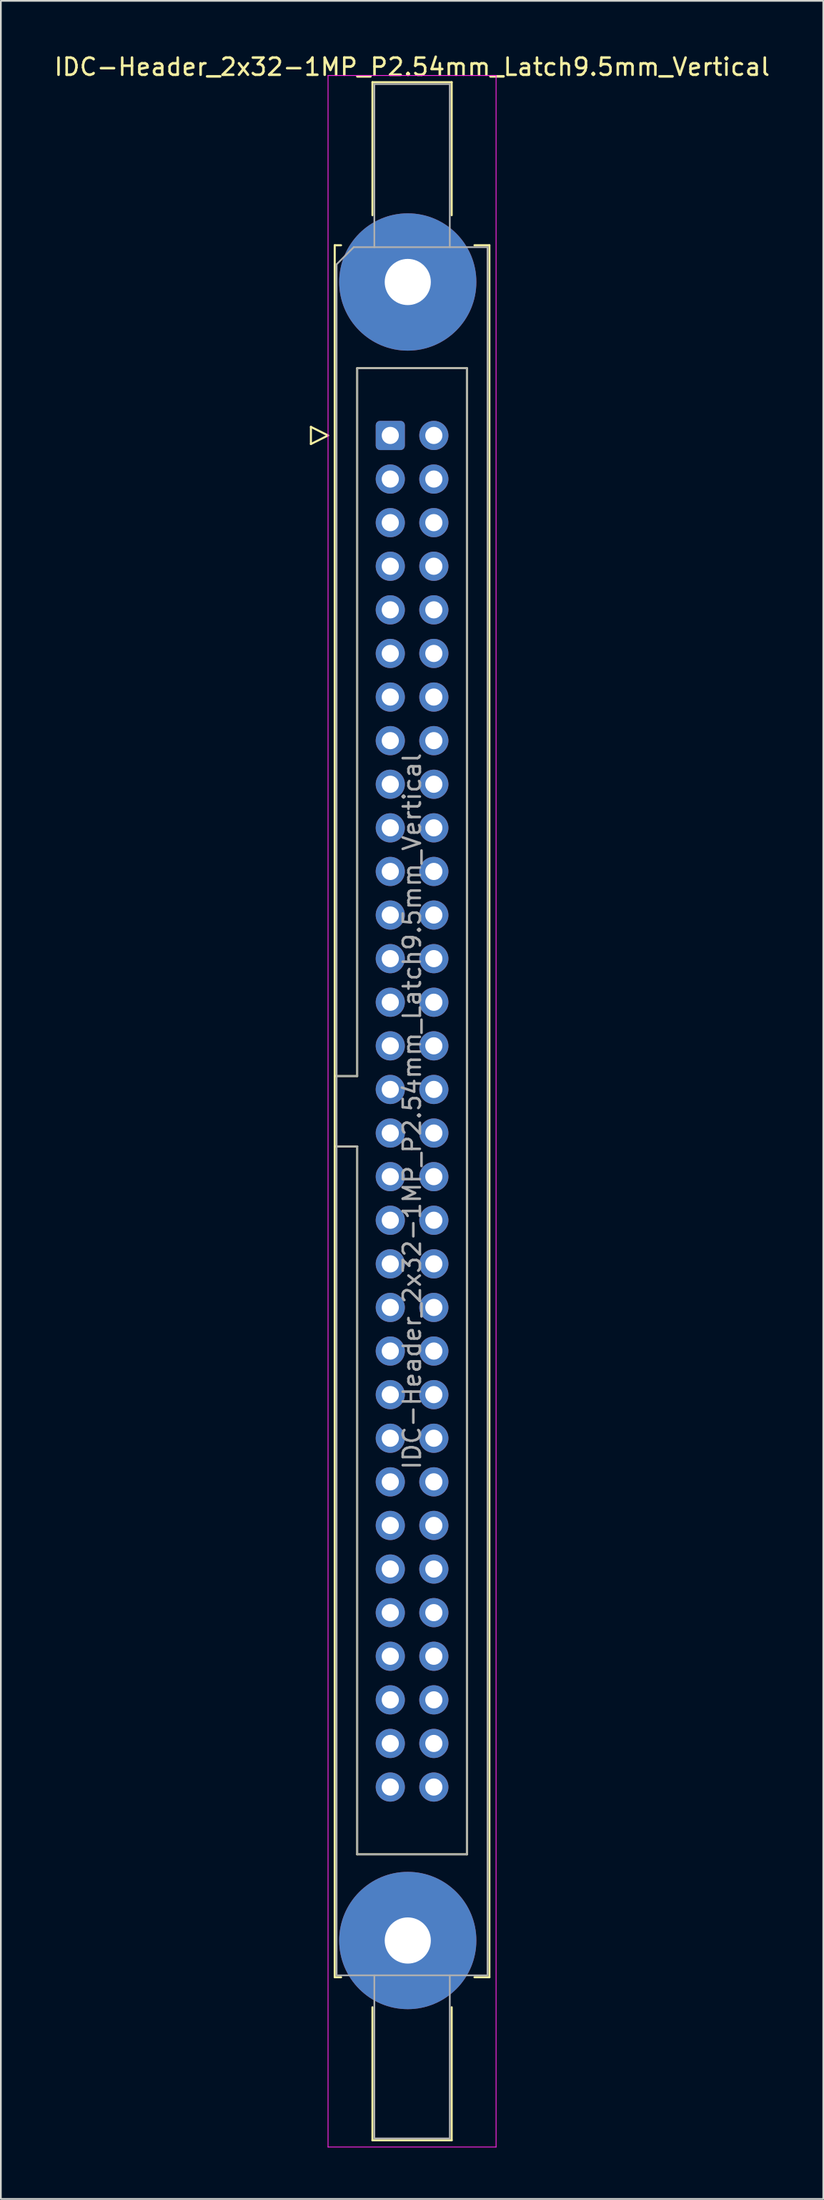
<source format=kicad_pcb>
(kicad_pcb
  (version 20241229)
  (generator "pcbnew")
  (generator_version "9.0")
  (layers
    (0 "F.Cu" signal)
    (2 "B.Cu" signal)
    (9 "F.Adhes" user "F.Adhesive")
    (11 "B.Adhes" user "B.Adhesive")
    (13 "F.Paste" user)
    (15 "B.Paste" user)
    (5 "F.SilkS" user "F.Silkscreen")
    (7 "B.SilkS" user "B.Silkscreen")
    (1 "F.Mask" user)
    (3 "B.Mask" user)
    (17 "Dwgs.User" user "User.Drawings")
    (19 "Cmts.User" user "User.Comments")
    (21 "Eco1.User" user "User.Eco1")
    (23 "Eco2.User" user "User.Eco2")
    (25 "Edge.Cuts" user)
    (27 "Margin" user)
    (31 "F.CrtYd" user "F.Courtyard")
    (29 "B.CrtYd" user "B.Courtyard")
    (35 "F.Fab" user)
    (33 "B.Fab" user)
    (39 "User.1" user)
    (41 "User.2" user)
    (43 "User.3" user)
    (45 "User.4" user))
  (footprint "IDC-Header_2x32-1MP_P2.54mm_Latch9.5mm_Vertical"
    (layer "F.Cu")
    (at 19.712 22.318)
    (property "Reference" "IDC-Header_2x32-1MP_P2.54mm_Latch9.5mm_Vertical" (at 1.27 -21.47 0) (layer "F.SilkS") (effects (font (size 1 1) (thickness 0.15))))
    (attr through_hole)
    (fp_line (start -4.63 -0.5) (end -4.63 0.5) (stroke (width 0.12) (type solid)) (layer "F.SilkS"))
    (fp_line (start -4.63 0.5) (end -3.63 0) (stroke (width 0.12) (type solid)) (layer "F.SilkS"))
    (fp_line (start -3.63 0) (end -4.63 -0.5) (stroke (width 0.12) (type solid)) (layer "F.SilkS"))
    (fp_line (start -3.24 -11.08) (end -3.24 89.82) (stroke (width 0.12) (type solid)) (layer "F.SilkS"))
    (fp_line (start -3.24 37.32) (end -1.93 37.32) (stroke (width 0.12) (type solid)) (layer "F.SilkS"))
    (fp_line (start -3.24 89.82) (end -2.87 89.82) (stroke (width 0.12) (type solid)) (layer "F.SilkS"))
    (fp_line (start -2.87 -11.08) (end -3.24 -11.08) (stroke (width 0.12) (type solid)) (layer "F.SilkS"))
    (fp_line (start -1.93 -3.92) (end 4.47 -3.92) (stroke (width 0.12) (type solid)) (layer "F.SilkS"))
    (fp_line (start -1.93 37.32) (end -1.93 -3.92) (stroke (width 0.12) (type solid)) (layer "F.SilkS"))
    (fp_line (start -1.93 41.42) (end -3.24 41.42) (stroke (width 0.12) (type solid)) (layer "F.SilkS"))
    (fp_line (start -1.93 41.42) (end -1.93 41.42) (stroke (width 0.12) (type solid)) (layer "F.SilkS"))
    (fp_line (start -1.93 82.66) (end -1.93 41.42) (stroke (width 0.12) (type solid)) (layer "F.SilkS"))
    (fp_line (start -1.04 -20.58) (end 3.58 -20.58) (stroke (width 0.12) (type solid)) (layer "F.SilkS"))
    (fp_line (start -1.04 -12.83) (end -1.04 -20.58) (stroke (width 0.12) (type solid)) (layer "F.SilkS"))
    (fp_line (start -1.04 91.57) (end -1.04 99.32) (stroke (width 0.12) (type solid)) (layer "F.SilkS"))
    (fp_line (start -1.04 99.32) (end 3.58 99.32) (stroke (width 0.12) (type solid)) (layer "F.SilkS"))
    (fp_line (start 3.58 -20.58) (end 3.58 -12.83) (stroke (width 0.12) (type solid)) (layer "F.SilkS"))
    (fp_line (start 3.58 99.32) (end 3.58 91.57) (stroke (width 0.12) (type solid)) (layer "F.SilkS"))
    (fp_line (start 4.47 -3.92) (end 4.47 82.66) (stroke (width 0.12) (type solid)) (layer "F.SilkS"))
    (fp_line (start 4.47 82.66) (end -1.93 82.66) (stroke (width 0.12) (type solid)) (layer "F.SilkS"))
    (fp_line (start 4.91 -11.08) (end 5.78 -11.08) (stroke (width 0.12) (type solid)) (layer "F.SilkS"))
    (fp_line (start 5.78 -11.08) (end 5.78 89.82) (stroke (width 0.12) (type solid)) (layer "F.SilkS"))
    (fp_line (start 5.78 89.82) (end 4.91 89.82) (stroke (width 0.12) (type solid)) (layer "F.SilkS"))
    (fp_line (start -3.63 -20.97) (end -3.63 99.71) (stroke (width 0.05) (type solid)) (layer "F.CrtYd"))
    (fp_line (start -3.63 99.71) (end 6.17 99.71) (stroke (width 0.05) (type solid)) (layer "F.CrtYd"))
    (fp_line (start 6.17 -20.97) (end -3.63 -20.97) (stroke (width 0.05) (type solid)) (layer "F.CrtYd"))
    (fp_line (start 6.17 99.71) (end 6.17 -20.97) (stroke (width 0.05) (type solid)) (layer "F.CrtYd"))
    (fp_line (start -3.13 -9.97) (end -2.13 -10.97) (stroke (width 0.1) (type solid)) (layer "F.Fab"))
    (fp_line (start -3.13 37.32) (end -1.93 37.32) (stroke (width 0.1) (type solid)) (layer "F.Fab"))
    (fp_line (start -3.13 89.71) (end -3.13 -9.97) (stroke (width 0.1) (type solid)) (layer "F.Fab"))
    (fp_line (start -2.13 -10.97) (end 5.67 -10.97) (stroke (width 0.1) (type solid)) (layer "F.Fab"))
    (fp_line (start -1.93 -3.92) (end 4.47 -3.92) (stroke (width 0.1) (type solid)) (layer "F.Fab"))
    (fp_line (start -1.93 37.32) (end -1.93 -3.92) (stroke (width 0.1) (type solid)) (layer "F.Fab"))
    (fp_line (start -1.93 41.42) (end -3.13 41.42) (stroke (width 0.1) (type solid)) (layer "F.Fab"))
    (fp_line (start -1.93 41.42) (end -1.93 41.42) (stroke (width 0.1) (type solid)) (layer "F.Fab"))
    (fp_line (start -1.93 82.66) (end -1.93 41.42) (stroke (width 0.1) (type solid)) (layer "F.Fab"))
    (fp_line (start -0.93 -20.47) (end 3.47 -20.47) (stroke (width 0.1) (type solid)) (layer "F.Fab"))
    (fp_line (start -0.93 -10.97) (end -0.93 -20.47) (stroke (width 0.1) (type solid)) (layer "F.Fab"))
    (fp_line (start -0.93 89.71) (end -0.93 99.21) (stroke (width 0.1) (type solid)) (layer "F.Fab"))
    (fp_line (start -0.93 99.21) (end 3.47 99.21) (stroke (width 0.1) (type solid)) (layer "F.Fab"))
    (fp_line (start 3.47 -20.47) (end 3.47 -10.97) (stroke (width 0.1) (type solid)) (layer "F.Fab"))
    (fp_line (start 3.47 99.21) (end 3.47 89.71) (stroke (width 0.1) (type solid)) (layer "F.Fab"))
    (fp_line (start 4.47 -3.92) (end 4.47 82.66) (stroke (width 0.1) (type solid)) (layer "F.Fab"))
    (fp_line (start 4.47 82.66) (end -1.93 82.66) (stroke (width 0.1) (type solid)) (layer "F.Fab"))
    (fp_line (start 5.67 -10.97) (end 5.67 89.71) (stroke (width 0.1) (type solid)) (layer "F.Fab"))
    (fp_line (start 5.67 89.71) (end -3.13 89.71) (stroke (width 0.1) (type solid)) (layer "F.Fab"))
    (fp_text user "${REFERENCE}" (at 1.27 39.37 90) (layer "F.Fab") (effects (font (size 1 1) (thickness 0.15))))
    (pad "1" thru_hole roundrect (at 0 0) (size 1.7 1.7) (drill 1) (layers "*.Cu" "*.Mask") (roundrect_rratio 0.147))
    (pad "2" thru_hole circle (at 2.54 0) (size 1.7 1.7) (drill 1) (layers "*.Cu" "*.Mask"))
    (pad "3" thru_hole circle (at 0 2.54) (size 1.7 1.7) (drill 1) (layers "*.Cu" "*.Mask"))
    (pad "4" thru_hole circle (at 2.54 2.54) (size 1.7 1.7) (drill 1) (layers "*.Cu" "*.Mask"))
    (pad "5" thru_hole circle (at 0 5.08) (size 1.7 1.7) (drill 1) (layers "*.Cu" "*.Mask"))
    (pad "6" thru_hole circle (at 2.54 5.08) (size 1.7 1.7) (drill 1) (layers "*.Cu" "*.Mask"))
    (pad "7" thru_hole circle (at 0 7.62) (size 1.7 1.7) (drill 1) (layers "*.Cu" "*.Mask"))
    (pad "8" thru_hole circle (at 2.54 7.62) (size 1.7 1.7) (drill 1) (layers "*.Cu" "*.Mask"))
    (pad "9" thru_hole circle (at 0 10.16) (size 1.7 1.7) (drill 1) (layers "*.Cu" "*.Mask"))
    (pad "10" thru_hole circle (at 2.54 10.16) (size 1.7 1.7) (drill 1) (layers "*.Cu" "*.Mask"))
    (pad "11" thru_hole circle (at 0 12.7) (size 1.7 1.7) (drill 1) (layers "*.Cu" "*.Mask"))
    (pad "12" thru_hole circle (at 2.54 12.7) (size 1.7 1.7) (drill 1) (layers "*.Cu" "*.Mask"))
    (pad "13" thru_hole circle (at 0 15.24) (size 1.7 1.7) (drill 1) (layers "*.Cu" "*.Mask"))
    (pad "14" thru_hole circle (at 2.54 15.24) (size 1.7 1.7) (drill 1) (layers "*.Cu" "*.Mask"))
    (pad "15" thru_hole circle (at 0 17.78) (size 1.7 1.7) (drill 1) (layers "*.Cu" "*.Mask"))
    (pad "16" thru_hole circle (at 2.54 17.78) (size 1.7 1.7) (drill 1) (layers "*.Cu" "*.Mask"))
    (pad "17" thru_hole circle (at 0 20.32) (size 1.7 1.7) (drill 1) (layers "*.Cu" "*.Mask"))
    (pad "18" thru_hole circle (at 2.54 20.32) (size 1.7 1.7) (drill 1) (layers "*.Cu" "*.Mask"))
    (pad "19" thru_hole circle (at 0 22.86) (size 1.7 1.7) (drill 1) (layers "*.Cu" "*.Mask"))
    (pad "20" thru_hole circle (at 2.54 22.86) (size 1.7 1.7) (drill 1) (layers "*.Cu" "*.Mask"))
    (pad "21" thru_hole circle (at 0 25.4) (size 1.7 1.7) (drill 1) (layers "*.Cu" "*.Mask"))
    (pad "22" thru_hole circle (at 2.54 25.4) (size 1.7 1.7) (drill 1) (layers "*.Cu" "*.Mask"))
    (pad "23" thru_hole circle (at 0 27.94) (size 1.7 1.7) (drill 1) (layers "*.Cu" "*.Mask"))
    (pad "24" thru_hole circle (at 2.54 27.94) (size 1.7 1.7) (drill 1) (layers "*.Cu" "*.Mask"))
    (pad "25" thru_hole circle (at 0 30.48) (size 1.7 1.7) (drill 1) (layers "*.Cu" "*.Mask"))
    (pad "26" thru_hole circle (at 2.54 30.48) (size 1.7 1.7) (drill 1) (layers "*.Cu" "*.Mask"))
    (pad "27" thru_hole circle (at 0 33.02) (size 1.7 1.7) (drill 1) (layers "*.Cu" "*.Mask"))
    (pad "28" thru_hole circle (at 2.54 33.02) (size 1.7 1.7) (drill 1) (layers "*.Cu" "*.Mask"))
    (pad "29" thru_hole circle (at 0 35.56) (size 1.7 1.7) (drill 1) (layers "*.Cu" "*.Mask"))
    (pad "30" thru_hole circle (at 2.54 35.56) (size 1.7 1.7) (drill 1) (layers "*.Cu" "*.Mask"))
    (pad "31" thru_hole circle (at 0 38.1) (size 1.7 1.7) (drill 1) (layers "*.Cu" "*.Mask"))
    (pad "32" thru_hole circle (at 2.54 38.1) (size 1.7 1.7) (drill 1) (layers "*.Cu" "*.Mask"))
    (pad "33" thru_hole circle (at 0 40.64) (size 1.7 1.7) (drill 1) (layers "*.Cu" "*.Mask"))
    (pad "34" thru_hole circle (at 2.54 40.64) (size 1.7 1.7) (drill 1) (layers "*.Cu" "*.Mask"))
    (pad "35" thru_hole circle (at 0 43.18) (size 1.7 1.7) (drill 1) (layers "*.Cu" "*.Mask"))
    (pad "36" thru_hole circle (at 2.54 43.18) (size 1.7 1.7) (drill 1) (layers "*.Cu" "*.Mask"))
    (pad "37" thru_hole circle (at 0 45.72) (size 1.7 1.7) (drill 1) (layers "*.Cu" "*.Mask"))
    (pad "38" thru_hole circle (at 2.54 45.72) (size 1.7 1.7) (drill 1) (layers "*.Cu" "*.Mask"))
    (pad "39" thru_hole circle (at 0 48.26) (size 1.7 1.7) (drill 1) (layers "*.Cu" "*.Mask"))
    (pad "40" thru_hole circle (at 2.54 48.26) (size 1.7 1.7) (drill 1) (layers "*.Cu" "*.Mask"))
    (pad "41" thru_hole circle (at 0 50.8) (size 1.7 1.7) (drill 1) (layers "*.Cu" "*.Mask"))
    (pad "42" thru_hole circle (at 2.54 50.8) (size 1.7 1.7) (drill 1) (layers "*.Cu" "*.Mask"))
    (pad "43" thru_hole circle (at 0 53.34) (size 1.7 1.7) (drill 1) (layers "*.Cu" "*.Mask"))
    (pad "44" thru_hole circle (at 2.54 53.34) (size 1.7 1.7) (drill 1) (layers "*.Cu" "*.Mask"))
    (pad "45" thru_hole circle (at 0 55.88) (size 1.7 1.7) (drill 1) (layers "*.Cu" "*.Mask"))
    (pad "46" thru_hole circle (at 2.54 55.88) (size 1.7 1.7) (drill 1) (layers "*.Cu" "*.Mask"))
    (pad "47" thru_hole circle (at 0 58.42) (size 1.7 1.7) (drill 1) (layers "*.Cu" "*.Mask"))
    (pad "48" thru_hole circle (at 2.54 58.42) (size 1.7 1.7) (drill 1) (layers "*.Cu" "*.Mask"))
    (pad "49" thru_hole circle (at 0 60.96) (size 1.7 1.7) (drill 1) (layers "*.Cu" "*.Mask"))
    (pad "50" thru_hole circle (at 2.54 60.96) (size 1.7 1.7) (drill 1) (layers "*.Cu" "*.Mask"))
    (pad "51" thru_hole circle (at 0 63.5) (size 1.7 1.7) (drill 1) (layers "*.Cu" "*.Mask"))
    (pad "52" thru_hole circle (at 2.54 63.5) (size 1.7 1.7) (drill 1) (layers "*.Cu" "*.Mask"))
    (pad "53" thru_hole circle (at 0 66.04) (size 1.7 1.7) (drill 1) (layers "*.Cu" "*.Mask"))
    (pad "54" thru_hole circle (at 2.54 66.04) (size 1.7 1.7) (drill 1) (layers "*.Cu" "*.Mask"))
    (pad "55" thru_hole circle (at 0 68.58) (size 1.7 1.7) (drill 1) (layers "*.Cu" "*.Mask"))
    (pad "56" thru_hole circle (at 2.54 68.58) (size 1.7 1.7) (drill 1) (layers "*.Cu" "*.Mask"))
    (pad "57" thru_hole circle (at 0 71.12) (size 1.7 1.7) (drill 1) (layers "*.Cu" "*.Mask"))
    (pad "58" thru_hole circle (at 2.54 71.12) (size 1.7 1.7) (drill 1) (layers "*.Cu" "*.Mask"))
    (pad "59" thru_hole circle (at 0 73.66) (size 1.7 1.7) (drill 1) (layers "*.Cu" "*.Mask"))
    (pad "60" thru_hole circle (at 2.54 73.66) (size 1.7 1.7) (drill 1) (layers "*.Cu" "*.Mask"))
    (pad "61" thru_hole circle (at 0 76.2) (size 1.7 1.7) (drill 1) (layers "*.Cu" "*.Mask"))
    (pad "62" thru_hole circle (at 2.54 76.2) (size 1.7 1.7) (drill 1) (layers "*.Cu" "*.Mask"))
    (pad "63" thru_hole circle (at 0 78.74) (size 1.7 1.7) (drill 1) (layers "*.Cu" "*.Mask"))
    (pad "64" thru_hole circle (at 2.54 78.74) (size 1.7 1.7) (drill 1) (layers "*.Cu" "*.Mask"))
    (pad "MP" thru_hole circle (at 1.02 -8.94) (size 8 8) (drill 2.69) (layers "*.Cu" "*.Mask"))
    (pad "MP" thru_hole circle (at 1.02 87.68) (size 8 8) (drill 2.69) (layers "*.Cu" "*.Mask")))
  (gr_rect
    (start -3 -3)
    (end 44.964 125.053)
    (stroke (width 0.1) (type default))
    (fill no)
    (layer "Edge.Cuts")))
</source>
